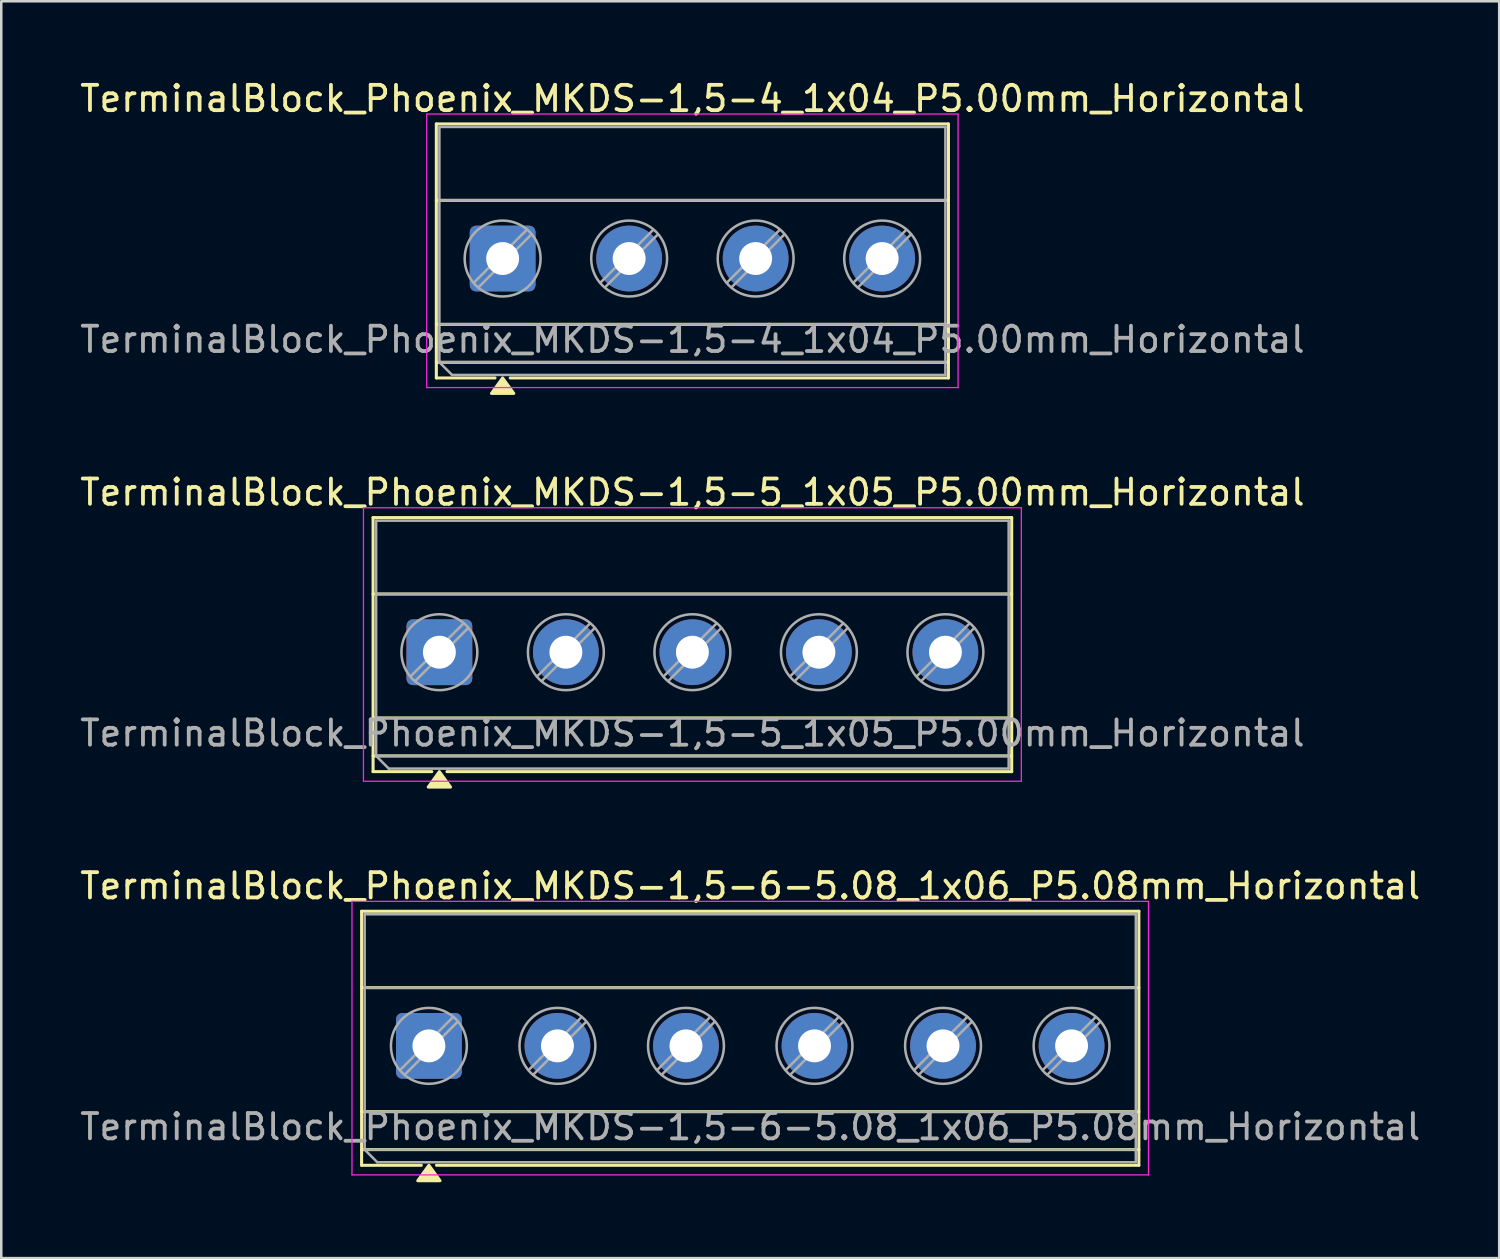
<source format=kicad_pcb>
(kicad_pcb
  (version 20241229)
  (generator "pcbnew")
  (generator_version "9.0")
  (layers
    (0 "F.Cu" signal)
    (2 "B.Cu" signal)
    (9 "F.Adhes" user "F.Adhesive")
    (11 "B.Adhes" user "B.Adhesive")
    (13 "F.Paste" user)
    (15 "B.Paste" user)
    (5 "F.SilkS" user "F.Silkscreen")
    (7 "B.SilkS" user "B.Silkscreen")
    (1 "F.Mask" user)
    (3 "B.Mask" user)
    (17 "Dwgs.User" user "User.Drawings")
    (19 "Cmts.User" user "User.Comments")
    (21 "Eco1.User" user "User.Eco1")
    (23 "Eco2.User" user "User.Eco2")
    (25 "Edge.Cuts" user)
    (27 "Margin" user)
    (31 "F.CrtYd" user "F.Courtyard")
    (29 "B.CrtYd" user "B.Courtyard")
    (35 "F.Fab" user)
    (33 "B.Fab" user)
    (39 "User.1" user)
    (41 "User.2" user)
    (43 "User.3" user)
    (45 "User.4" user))
  (footprint "TerminalBlock_Phoenix_MKDS-1,5-4_1x04_P5.00mm_Horizontal"
    (layer "F.Cu")
    (at 16.815 7.168)
    (property "Reference" "TerminalBlock_Phoenix_MKDS-1,5-4_1x04_P5.00mm_Horizontal" (at 7.5 -6.32 0) (layer "F.SilkS") (effects (font (size 1 1) (thickness 0.15))))
    (attr through_hole)
    (fp_line (start -2.62 -5.32) (end -2.62 4.72) (stroke (width 0.12) (type solid)) (layer "F.SilkS"))
    (fp_line (start -2.62 -5.32) (end 17.62 -5.32) (stroke (width 0.12) (type solid)) (layer "F.SilkS"))
    (fp_line (start -2.62 -2.3) (end 17.62 -2.3) (stroke (width 0.12) (type solid)) (layer "F.SilkS"))
    (fp_line (start -2.62 2.6) (end 17.62 2.6) (stroke (width 0.12) (type solid)) (layer "F.SilkS"))
    (fp_line (start -2.62 4.1) (end 17.62 4.1) (stroke (width 0.12) (type solid)) (layer "F.SilkS"))
    (fp_line (start -2.62 4.72) (end -0.3 4.72) (stroke (width 0.12) (type solid)) (layer "F.SilkS"))
    (fp_line (start 0.3 4.72) (end 17.62 4.72) (stroke (width 0.12) (type solid)) (layer "F.SilkS"))
    (fp_line (start 17.62 -5.32) (end 17.62 4.72) (stroke (width 0.12) (type solid)) (layer "F.SilkS"))
    (fp_poly (pts (xy 0 4.72) (xy 0.44 5.33) (xy -0.44 5.33)) (stroke (width 0.12) (type solid)) (fill yes) (layer "F.SilkS"))
    (fp_line (start -3 -5.71) (end -3 5.1) (stroke (width 0.05) (type solid)) (layer "F.CrtYd"))
    (fp_line (start -3 5.1) (end 18 5.1) (stroke (width 0.05) (type solid)) (layer "F.CrtYd"))
    (fp_line (start 18 -5.71) (end -3 -5.71) (stroke (width 0.05) (type solid)) (layer "F.CrtYd"))
    (fp_line (start 18 5.1) (end 18 -5.71) (stroke (width 0.05) (type solid)) (layer "F.CrtYd"))
    (fp_line (start -2.5 -5.2) (end 17.5 -5.2) (stroke (width 0.1) (type solid)) (layer "F.Fab"))
    (fp_line (start -2.5 -2.3) (end 17.5 -2.3) (stroke (width 0.1) (type solid)) (layer "F.Fab"))
    (fp_line (start -2.5 2.6) (end 17.5 2.6) (stroke (width 0.1) (type solid)) (layer "F.Fab"))
    (fp_line (start -2.5 4.1) (end -2.5 -5.2) (stroke (width 0.1) (type solid)) (layer "F.Fab"))
    (fp_line (start -2.5 4.1) (end 17.5 4.1) (stroke (width 0.1) (type solid)) (layer "F.Fab"))
    (fp_line (start -2 4.6) (end -2.5 4.1) (stroke (width 0.1) (type solid)) (layer "F.Fab"))
    (fp_line (start 0.955 -1.138) (end -1.138 0.955) (stroke (width 0.1) (type solid)) (layer "F.Fab"))
    (fp_line (start 1.138 -0.955) (end -0.955 1.138) (stroke (width 0.1) (type solid)) (layer "F.Fab"))
    (fp_line (start 5.955 -1.138) (end 3.862 0.955) (stroke (width 0.1) (type solid)) (layer "F.Fab"))
    (fp_line (start 6.138 -0.955) (end 4.045 1.138) (stroke (width 0.1) (type solid)) (layer "F.Fab"))
    (fp_line (start 10.955 -1.138) (end 8.862 0.955) (stroke (width 0.1) (type solid)) (layer "F.Fab"))
    (fp_line (start 11.138 -0.955) (end 9.045 1.138) (stroke (width 0.1) (type solid)) (layer "F.Fab"))
    (fp_line (start 15.955 -1.138) (end 13.862 0.955) (stroke (width 0.1) (type solid)) (layer "F.Fab"))
    (fp_line (start 16.138 -0.955) (end 14.045 1.138) (stroke (width 0.1) (type solid)) (layer "F.Fab"))
    (fp_line (start 17.5 -5.2) (end 17.5 4.6) (stroke (width 0.1) (type solid)) (layer "F.Fab"))
    (fp_line (start 17.5 4.6) (end -2 4.6) (stroke (width 0.1) (type solid)) (layer "F.Fab"))
    (fp_circle (center 0 0) (end 1.5 0) (stroke (width 0.1) (type solid)) (fill no) (layer "F.Fab"))
    (fp_circle (center 5 0) (end 6.5 0) (stroke (width 0.1) (type solid)) (fill no) (layer "F.Fab"))
    (fp_circle (center 10 0) (end 11.5 0) (stroke (width 0.1) (type solid)) (fill no) (layer "F.Fab"))
    (fp_circle (center 15 0) (end 16.5 0) (stroke (width 0.1) (type solid)) (fill no) (layer "F.Fab"))
    (fp_text user "${REFERENCE}" (at 7.5 3.2 0) (layer "F.Fab") (effects (font (size 1 1) (thickness 0.15))))
    (pad "1" thru_hole roundrect (at 0 0) (size 2.6 2.6) (drill 1.3) (layers "*.Cu" "*.Mask") (roundrect_rratio 0.096))
    (pad "2" thru_hole circle (at 5 0) (size 2.6 2.6) (drill 1.3) (layers "*.Cu" "*.Mask"))
    (pad "3" thru_hole circle (at 10 0) (size 2.6 2.6) (drill 1.3) (layers "*.Cu" "*.Mask"))
    (pad "4" thru_hole circle (at 15 0) (size 2.6 2.6) (drill 1.3) (layers "*.Cu" "*.Mask")))
  (footprint "TerminalBlock_Phoenix_MKDS-1,5-5_1x05_P5.00mm_Horizontal"
    (layer "F.Cu")
    (at 14.315 22.727)
    (property "Reference" "TerminalBlock_Phoenix_MKDS-1,5-5_1x05_P5.00mm_Horizontal" (at 10 -6.32 0) (layer "F.SilkS") (effects (font (size 1 1) (thickness 0.15))))
    (attr through_hole)
    (fp_line (start -2.62 -5.32) (end -2.62 4.72) (stroke (width 0.12) (type solid)) (layer "F.SilkS"))
    (fp_line (start -2.62 -5.32) (end 22.62 -5.32) (stroke (width 0.12) (type solid)) (layer "F.SilkS"))
    (fp_line (start -2.62 -2.3) (end 22.62 -2.3) (stroke (width 0.12) (type solid)) (layer "F.SilkS"))
    (fp_line (start -2.62 2.6) (end 22.62 2.6) (stroke (width 0.12) (type solid)) (layer "F.SilkS"))
    (fp_line (start -2.62 4.1) (end 22.62 4.1) (stroke (width 0.12) (type solid)) (layer "F.SilkS"))
    (fp_line (start -2.62 4.72) (end -0.3 4.72) (stroke (width 0.12) (type solid)) (layer "F.SilkS"))
    (fp_line (start 0.3 4.72) (end 22.62 4.72) (stroke (width 0.12) (type solid)) (layer "F.SilkS"))
    (fp_line (start 22.62 -5.32) (end 22.62 4.72) (stroke (width 0.12) (type solid)) (layer "F.SilkS"))
    (fp_poly (pts (xy 0 4.72) (xy 0.44 5.33) (xy -0.44 5.33)) (stroke (width 0.12) (type solid)) (fill yes) (layer "F.SilkS"))
    (fp_line (start -3 -5.71) (end -3 5.1) (stroke (width 0.05) (type solid)) (layer "F.CrtYd"))
    (fp_line (start -3 5.1) (end 23 5.1) (stroke (width 0.05) (type solid)) (layer "F.CrtYd"))
    (fp_line (start 23 -5.71) (end -3 -5.71) (stroke (width 0.05) (type solid)) (layer "F.CrtYd"))
    (fp_line (start 23 5.1) (end 23 -5.71) (stroke (width 0.05) (type solid)) (layer "F.CrtYd"))
    (fp_line (start -2.5 -5.2) (end 22.5 -5.2) (stroke (width 0.1) (type solid)) (layer "F.Fab"))
    (fp_line (start -2.5 -2.3) (end 22.5 -2.3) (stroke (width 0.1) (type solid)) (layer "F.Fab"))
    (fp_line (start -2.5 2.6) (end 22.5 2.6) (stroke (width 0.1) (type solid)) (layer "F.Fab"))
    (fp_line (start -2.5 4.1) (end -2.5 -5.2) (stroke (width 0.1) (type solid)) (layer "F.Fab"))
    (fp_line (start -2.5 4.1) (end 22.5 4.1) (stroke (width 0.1) (type solid)) (layer "F.Fab"))
    (fp_line (start -2 4.6) (end -2.5 4.1) (stroke (width 0.1) (type solid)) (layer "F.Fab"))
    (fp_line (start 0.955 -1.138) (end -1.138 0.955) (stroke (width 0.1) (type solid)) (layer "F.Fab"))
    (fp_line (start 1.138 -0.955) (end -0.955 1.138) (stroke (width 0.1) (type solid)) (layer "F.Fab"))
    (fp_line (start 5.955 -1.138) (end 3.862 0.955) (stroke (width 0.1) (type solid)) (layer "F.Fab"))
    (fp_line (start 6.138 -0.955) (end 4.045 1.138) (stroke (width 0.1) (type solid)) (layer "F.Fab"))
    (fp_line (start 10.955 -1.138) (end 8.862 0.955) (stroke (width 0.1) (type solid)) (layer "F.Fab"))
    (fp_line (start 11.138 -0.955) (end 9.045 1.138) (stroke (width 0.1) (type solid)) (layer "F.Fab"))
    (fp_line (start 15.955 -1.138) (end 13.862 0.955) (stroke (width 0.1) (type solid)) (layer "F.Fab"))
    (fp_line (start 16.138 -0.955) (end 14.045 1.138) (stroke (width 0.1) (type solid)) (layer "F.Fab"))
    (fp_line (start 20.955 -1.138) (end 18.862 0.955) (stroke (width 0.1) (type solid)) (layer "F.Fab"))
    (fp_line (start 21.138 -0.955) (end 19.045 1.138) (stroke (width 0.1) (type solid)) (layer "F.Fab"))
    (fp_line (start 22.5 -5.2) (end 22.5 4.6) (stroke (width 0.1) (type solid)) (layer "F.Fab"))
    (fp_line (start 22.5 4.6) (end -2 4.6) (stroke (width 0.1) (type solid)) (layer "F.Fab"))
    (fp_circle (center 0 0) (end 1.5 0) (stroke (width 0.1) (type solid)) (fill no) (layer "F.Fab"))
    (fp_circle (center 5 0) (end 6.5 0) (stroke (width 0.1) (type solid)) (fill no) (layer "F.Fab"))
    (fp_circle (center 10 0) (end 11.5 0) (stroke (width 0.1) (type solid)) (fill no) (layer "F.Fab"))
    (fp_circle (center 15 0) (end 16.5 0) (stroke (width 0.1) (type solid)) (fill no) (layer "F.Fab"))
    (fp_circle (center 20 0) (end 21.5 0) (stroke (width 0.1) (type solid)) (fill no) (layer "F.Fab"))
    (fp_text user "${REFERENCE}" (at 10 3.2 0) (layer "F.Fab") (effects (font (size 1 1) (thickness 0.15))))
    (pad "1" thru_hole roundrect (at 0 0) (size 2.6 2.6) (drill 1.3) (layers "*.Cu" "*.Mask") (roundrect_rratio 0.096))
    (pad "2" thru_hole circle (at 5 0) (size 2.6 2.6) (drill 1.3) (layers "*.Cu" "*.Mask"))
    (pad "3" thru_hole circle (at 10 0) (size 2.6 2.6) (drill 1.3) (layers "*.Cu" "*.Mask"))
    (pad "4" thru_hole circle (at 15 0) (size 2.6 2.6) (drill 1.3) (layers "*.Cu" "*.Mask"))
    (pad "5" thru_hole circle (at 20 0) (size 2.6 2.6) (drill 1.3) (layers "*.Cu" "*.Mask")))
  (footprint "TerminalBlock_Phoenix_MKDS-1,5-6-5.08_1x06_P5.08mm_Horizontal"
    (layer "F.Cu")
    (at 13.901 38.285)
    (property "Reference" "TerminalBlock_Phoenix_MKDS-1,5-6-5.08_1x06_P5.08mm_Horizontal" (at 12.7 -6.32 0) (layer "F.SilkS") (effects (font (size 1 1) (thickness 0.15))))
    (attr through_hole)
    (fp_line (start -2.66 -5.32) (end -2.66 4.72) (stroke (width 0.12) (type solid)) (layer "F.SilkS"))
    (fp_line (start -2.66 -5.32) (end 28.06 -5.32) (stroke (width 0.12) (type solid)) (layer "F.SilkS"))
    (fp_line (start -2.66 -2.3) (end 28.06 -2.3) (stroke (width 0.12) (type solid)) (layer "F.SilkS"))
    (fp_line (start -2.66 2.6) (end 28.06 2.6) (stroke (width 0.12) (type solid)) (layer "F.SilkS"))
    (fp_line (start -2.66 4.1) (end 28.06 4.1) (stroke (width 0.12) (type solid)) (layer "F.SilkS"))
    (fp_line (start -2.66 4.72) (end -0.3 4.72) (stroke (width 0.12) (type solid)) (layer "F.SilkS"))
    (fp_line (start 0.3 4.72) (end 28.06 4.72) (stroke (width 0.12) (type solid)) (layer "F.SilkS"))
    (fp_line (start 28.06 -5.32) (end 28.06 4.72) (stroke (width 0.12) (type solid)) (layer "F.SilkS"))
    (fp_poly (pts (xy 0 4.72) (xy 0.44 5.33) (xy -0.44 5.33)) (stroke (width 0.12) (type solid)) (fill yes) (layer "F.SilkS"))
    (fp_line (start -3.04 -5.71) (end -3.04 5.1) (stroke (width 0.05) (type solid)) (layer "F.CrtYd"))
    (fp_line (start -3.04 5.1) (end 28.44 5.1) (stroke (width 0.05) (type solid)) (layer "F.CrtYd"))
    (fp_line (start 28.44 -5.71) (end -3.04 -5.71) (stroke (width 0.05) (type solid)) (layer "F.CrtYd"))
    (fp_line (start 28.44 5.1) (end 28.44 -5.71) (stroke (width 0.05) (type solid)) (layer "F.CrtYd"))
    (fp_line (start -2.54 -5.2) (end 27.94 -5.2) (stroke (width 0.1) (type solid)) (layer "F.Fab"))
    (fp_line (start -2.54 -2.3) (end 27.94 -2.3) (stroke (width 0.1) (type solid)) (layer "F.Fab"))
    (fp_line (start -2.54 2.6) (end 27.94 2.6) (stroke (width 0.1) (type solid)) (layer "F.Fab"))
    (fp_line (start -2.54 4.1) (end -2.54 -5.2) (stroke (width 0.1) (type solid)) (layer "F.Fab"))
    (fp_line (start -2.54 4.1) (end 27.94 4.1) (stroke (width 0.1) (type solid)) (layer "F.Fab"))
    (fp_line (start -2.04 4.6) (end -2.54 4.1) (stroke (width 0.1) (type solid)) (layer "F.Fab"))
    (fp_line (start 0.955 -1.138) (end -1.138 0.955) (stroke (width 0.1) (type solid)) (layer "F.Fab"))
    (fp_line (start 1.138 -0.955) (end -0.955 1.138) (stroke (width 0.1) (type solid)) (layer "F.Fab"))
    (fp_line (start 6.035 -1.138) (end 3.942 0.955) (stroke (width 0.1) (type solid)) (layer "F.Fab"))
    (fp_line (start 6.218 -0.955) (end 4.125 1.138) (stroke (width 0.1) (type solid)) (layer "F.Fab"))
    (fp_line (start 11.115 -1.138) (end 9.022 0.955) (stroke (width 0.1) (type solid)) (layer "F.Fab"))
    (fp_line (start 11.298 -0.955) (end 9.205 1.138) (stroke (width 0.1) (type solid)) (layer "F.Fab"))
    (fp_line (start 16.195 -1.138) (end 14.102 0.955) (stroke (width 0.1) (type solid)) (layer "F.Fab"))
    (fp_line (start 16.378 -0.955) (end 14.285 1.138) (stroke (width 0.1) (type solid)) (layer "F.Fab"))
    (fp_line (start 21.275 -1.138) (end 19.182 0.955) (stroke (width 0.1) (type solid)) (layer "F.Fab"))
    (fp_line (start 21.458 -0.955) (end 19.365 1.138) (stroke (width 0.1) (type solid)) (layer "F.Fab"))
    (fp_line (start 26.355 -1.138) (end 24.262 0.955) (stroke (width 0.1) (type solid)) (layer "F.Fab"))
    (fp_line (start 26.538 -0.955) (end 24.445 1.138) (stroke (width 0.1) (type solid)) (layer "F.Fab"))
    (fp_line (start 27.94 -5.2) (end 27.94 4.6) (stroke (width 0.1) (type solid)) (layer "F.Fab"))
    (fp_line (start 27.94 4.6) (end -2.04 4.6) (stroke (width 0.1) (type solid)) (layer "F.Fab"))
    (fp_circle (center 0 0) (end 1.5 0) (stroke (width 0.1) (type solid)) (fill no) (layer "F.Fab"))
    (fp_circle (center 5.08 0) (end 6.58 0) (stroke (width 0.1) (type solid)) (fill no) (layer "F.Fab"))
    (fp_circle (center 10.16 0) (end 11.66 0) (stroke (width 0.1) (type solid)) (fill no) (layer "F.Fab"))
    (fp_circle (center 15.24 0) (end 16.74 0) (stroke (width 0.1) (type solid)) (fill no) (layer "F.Fab"))
    (fp_circle (center 20.32 0) (end 21.82 0) (stroke (width 0.1) (type solid)) (fill no) (layer "F.Fab"))
    (fp_circle (center 25.4 0) (end 26.9 0) (stroke (width 0.1) (type solid)) (fill no) (layer "F.Fab"))
    (fp_text user "${REFERENCE}" (at 12.7 3.2 0) (layer "F.Fab") (effects (font (size 1 1) (thickness 0.15))))
    (pad "1" thru_hole roundrect (at 0 0) (size 2.6 2.6) (drill 1.3) (layers "*.Cu" "*.Mask") (roundrect_rratio 0.096))
    (pad "2" thru_hole circle (at 5.08 0) (size 2.6 2.6) (drill 1.3) (layers "*.Cu" "*.Mask"))
    (pad "3" thru_hole circle (at 10.16 0) (size 2.6 2.6) (drill 1.3) (layers "*.Cu" "*.Mask"))
    (pad "4" thru_hole circle (at 15.24 0) (size 2.6 2.6) (drill 1.3) (layers "*.Cu" "*.Mask"))
    (pad "5" thru_hole circle (at 20.32 0) (size 2.6 2.6) (drill 1.3) (layers "*.Cu" "*.Mask"))
    (pad "6" thru_hole circle (at 25.4 0) (size 2.6 2.6) (drill 1.3) (layers "*.Cu" "*.Mask")))
  (gr_rect
    (start -3 -3)
    (end 56.202 46.675)
    (stroke (width 0.1) (type default))
    (fill no)
    (layer "Edge.Cuts")))
</source>
